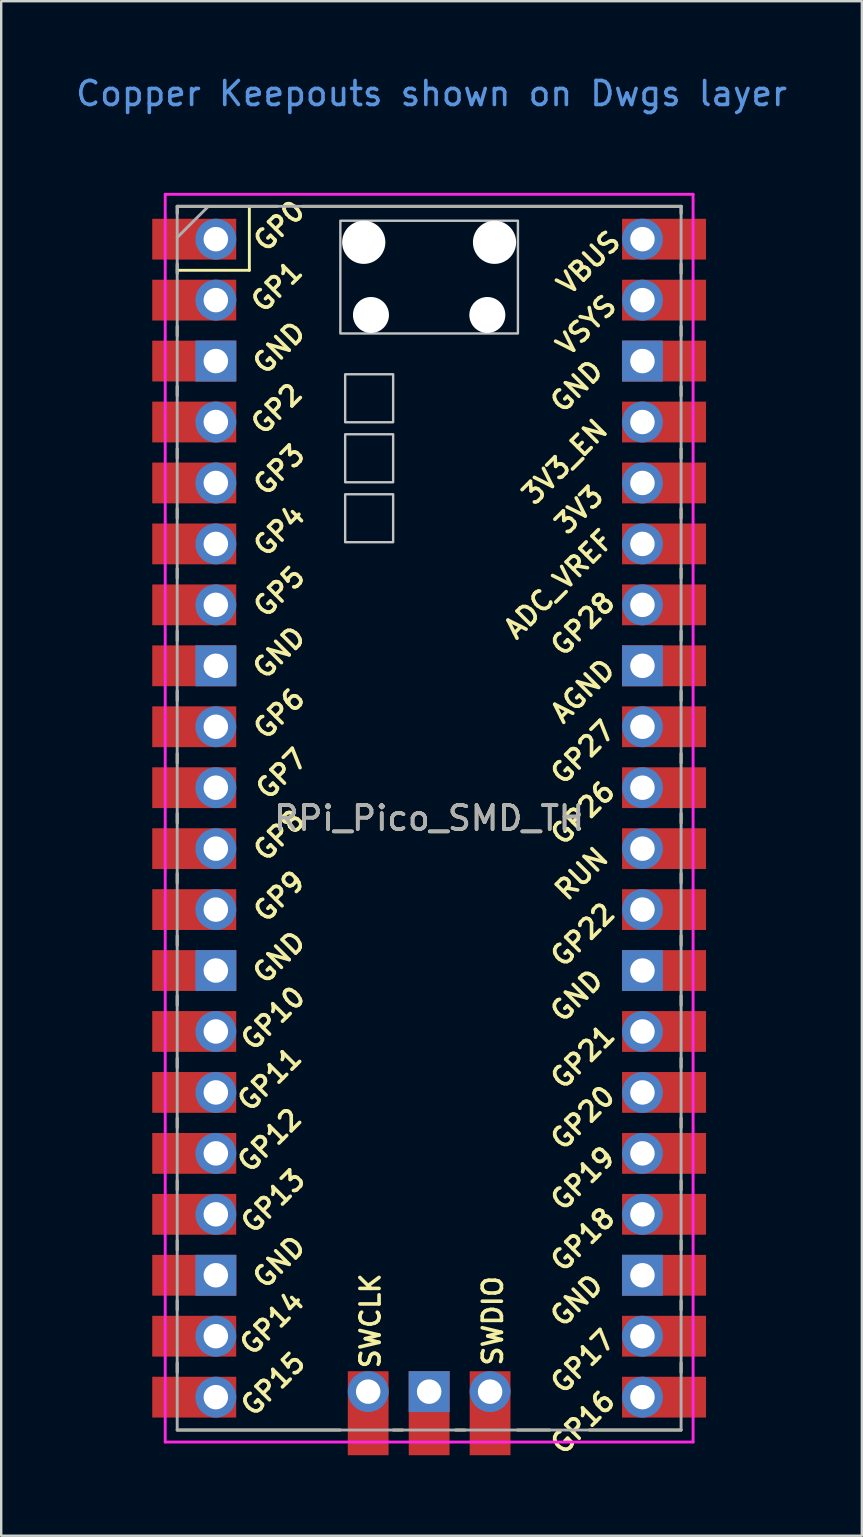
<source format=kicad_pcb>
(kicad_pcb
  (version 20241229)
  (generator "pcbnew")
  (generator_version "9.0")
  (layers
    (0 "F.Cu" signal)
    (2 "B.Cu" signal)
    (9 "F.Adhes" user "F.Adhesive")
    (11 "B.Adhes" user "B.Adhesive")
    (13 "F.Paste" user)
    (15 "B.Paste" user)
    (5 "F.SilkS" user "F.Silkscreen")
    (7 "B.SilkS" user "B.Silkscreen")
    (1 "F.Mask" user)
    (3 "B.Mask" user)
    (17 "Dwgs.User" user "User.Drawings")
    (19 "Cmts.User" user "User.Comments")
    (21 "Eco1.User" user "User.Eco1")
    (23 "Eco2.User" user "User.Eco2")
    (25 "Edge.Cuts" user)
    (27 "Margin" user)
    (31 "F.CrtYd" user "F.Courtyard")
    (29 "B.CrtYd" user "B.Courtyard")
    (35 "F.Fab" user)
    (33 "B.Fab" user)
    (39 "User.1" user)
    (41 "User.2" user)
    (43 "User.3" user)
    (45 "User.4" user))
  (footprint "RPi_Pico_SMD_TH"
    (layer "F.Cu")
    (at 14.835 31.048)
    (property "Reference" "RPi_Pico_SMD_TH" (at 0 0 0) (layer "F.SilkS") (effects (font (size 1 1) (thickness 0.15))))
    (attr through_hole)
    (fp_line (start -10.5 -25.5) (end -10.5 -25.2) (stroke (width 0.12) (type solid)) (layer "F.SilkS"))
    (fp_line (start -10.5 -25.5) (end -6.325 -25.5) (stroke (width 0.12) (type solid)) (layer "F.SilkS"))
    (fp_line (start -10.5 -23.1) (end -10.5 -22.7) (stroke (width 0.12) (type solid)) (layer "F.SilkS"))
    (fp_line (start -10.5 -22.833) (end -7.493 -22.833) (stroke (width 0.12) (type solid)) (layer "F.SilkS"))
    (fp_line (start -10.5 -20.5) (end -10.5 -20.1) (stroke (width 0.12) (type solid)) (layer "F.SilkS"))
    (fp_line (start -10.5 -18) (end -10.5 -17.6) (stroke (width 0.12) (type solid)) (layer "F.SilkS"))
    (fp_line (start -10.5 -15.4) (end -10.5 -15) (stroke (width 0.12) (type solid)) (layer "F.SilkS"))
    (fp_line (start -10.5 -12.9) (end -10.5 -12.5) (stroke (width 0.12) (type solid)) (layer "F.SilkS"))
    (fp_line (start -10.5 -10.4) (end -10.5 -10) (stroke (width 0.12) (type solid)) (layer "F.SilkS"))
    (fp_line (start -10.5 -7.8) (end -10.5 -7.4) (stroke (width 0.12) (type solid)) (layer "F.SilkS"))
    (fp_line (start -10.5 -5.3) (end -10.5 -4.9) (stroke (width 0.12) (type solid)) (layer "F.SilkS"))
    (fp_line (start -10.5 -2.7) (end -10.5 -2.3) (stroke (width 0.12) (type solid)) (layer "F.SilkS"))
    (fp_line (start -10.5 -0.2) (end -10.5 0.2) (stroke (width 0.12) (type solid)) (layer "F.SilkS"))
    (fp_line (start -10.5 2.3) (end -10.5 2.7) (stroke (width 0.12) (type solid)) (layer "F.SilkS"))
    (fp_line (start -10.5 4.9) (end -10.5 5.3) (stroke (width 0.12) (type solid)) (layer "F.SilkS"))
    (fp_line (start -10.5 7.4) (end -10.5 7.8) (stroke (width 0.12) (type solid)) (layer "F.SilkS"))
    (fp_line (start -10.5 10) (end -10.5 10.4) (stroke (width 0.12) (type solid)) (layer "F.SilkS"))
    (fp_line (start -10.5 12.5) (end -10.5 12.9) (stroke (width 0.12) (type solid)) (layer "F.SilkS"))
    (fp_line (start -10.5 15.1) (end -10.5 15.5) (stroke (width 0.12) (type solid)) (layer "F.SilkS"))
    (fp_line (start -10.5 17.6) (end -10.5 18) (stroke (width 0.12) (type solid)) (layer "F.SilkS"))
    (fp_line (start -10.5 20.1) (end -10.5 20.5) (stroke (width 0.12) (type solid)) (layer "F.SilkS"))
    (fp_line (start -10.5 22.7) (end -10.5 23.1) (stroke (width 0.12) (type solid)) (layer "F.SilkS"))
    (fp_line (start -7.493 -22.833) (end -7.493 -25.5) (stroke (width 0.12) (type solid)) (layer "F.SilkS"))
    (fp_line (start -5.275 -25.5) (end 10.5 -25.5) (stroke (width 0.12) (type solid)) (layer "F.SilkS"))
    (fp_line (start -3.7 25.5) (end -10.5 25.5) (stroke (width 0.12) (type solid)) (layer "F.SilkS"))
    (fp_line (start -1.5 25.5) (end -1.1 25.5) (stroke (width 0.12) (type solid)) (layer "F.SilkS"))
    (fp_line (start 1.1 25.5) (end 1.5 25.5) (stroke (width 0.12) (type solid)) (layer "F.SilkS"))
    (fp_line (start 5.025 25.5) (end 3.675 25.5) (stroke (width 0.12) (type solid)) (layer "F.SilkS"))
    (fp_line (start 10.5 -25.5) (end 10.5 -25.2) (stroke (width 0.12) (type solid)) (layer "F.SilkS"))
    (fp_line (start 10.5 -23.1) (end 10.5 -22.7) (stroke (width 0.12) (type solid)) (layer "F.SilkS"))
    (fp_line (start 10.5 -20.5) (end 10.5 -20.1) (stroke (width 0.12) (type solid)) (layer "F.SilkS"))
    (fp_line (start 10.5 -18) (end 10.5 -17.6) (stroke (width 0.12) (type solid)) (layer "F.SilkS"))
    (fp_line (start 10.5 -15.4) (end 10.5 -15) (stroke (width 0.12) (type solid)) (layer "F.SilkS"))
    (fp_line (start 10.5 -12.9) (end 10.5 -12.5) (stroke (width 0.12) (type solid)) (layer "F.SilkS"))
    (fp_line (start 10.5 -10.4) (end 10.5 -10) (stroke (width 0.12) (type solid)) (layer "F.SilkS"))
    (fp_line (start 10.5 -7.8) (end 10.5 -7.4) (stroke (width 0.12) (type solid)) (layer "F.SilkS"))
    (fp_line (start 10.5 -5.3) (end 10.5 -4.9) (stroke (width 0.12) (type solid)) (layer "F.SilkS"))
    (fp_line (start 10.5 -2.7) (end 10.5 -2.3) (stroke (width 0.12) (type solid)) (layer "F.SilkS"))
    (fp_line (start 10.5 -0.2) (end 10.5 0.2) (stroke (width 0.12) (type solid)) (layer "F.SilkS"))
    (fp_line (start 10.5 2.3) (end 10.5 2.7) (stroke (width 0.12) (type solid)) (layer "F.SilkS"))
    (fp_line (start 10.5 4.9) (end 10.5 5.3) (stroke (width 0.12) (type solid)) (layer "F.SilkS"))
    (fp_line (start 10.5 7.4) (end 10.5 7.8) (stroke (width 0.12) (type solid)) (layer "F.SilkS"))
    (fp_line (start 10.5 10) (end 10.5 10.4) (stroke (width 0.12) (type solid)) (layer "F.SilkS"))
    (fp_line (start 10.5 12.5) (end 10.5 12.9) (stroke (width 0.12) (type solid)) (layer "F.SilkS"))
    (fp_line (start 10.5 15.1) (end 10.5 15.5) (stroke (width 0.12) (type solid)) (layer "F.SilkS"))
    (fp_line (start 10.5 17.6) (end 10.5 18) (stroke (width 0.12) (type solid)) (layer "F.SilkS"))
    (fp_line (start 10.5 20.1) (end 10.5 20.5) (stroke (width 0.12) (type solid)) (layer "F.SilkS"))
    (fp_line (start 10.5 22.7) (end 10.5 23.1) (stroke (width 0.12) (type solid)) (layer "F.SilkS"))
    (fp_line (start 10.5 25.5) (end 6.675 25.5) (stroke (width 0.12) (type solid)) (layer "F.SilkS"))
    (fp_poly (pts (xy -1.5 -16.5) (xy -3.5 -16.5) (xy -3.5 -18.5) (xy -1.5 -18.5)) (stroke (width 0.1) (type solid)) (fill no) (layer "Dwgs.User"))
    (fp_poly (pts (xy -1.5 -14) (xy -3.5 -14) (xy -3.5 -16) (xy -1.5 -16)) (stroke (width 0.1) (type solid)) (fill no) (layer "Dwgs.User"))
    (fp_poly (pts (xy -1.5 -11.5) (xy -3.5 -11.5) (xy -3.5 -13.5) (xy -1.5 -13.5)) (stroke (width 0.1) (type solid)) (fill no) (layer "Dwgs.User"))
    (fp_poly (pts (xy 3.7 -20.2) (xy -3.7 -20.2) (xy -3.7 -24.9) (xy 3.7 -24.9)) (stroke (width 0.1) (type solid)) (fill no) (layer "Dwgs.User"))
    (fp_line (start -11 -26) (end 11 -26) (stroke (width 0.12) (type solid)) (layer "F.CrtYd"))
    (fp_line (start -11 26) (end -11 -26) (stroke (width 0.12) (type solid)) (layer "F.CrtYd"))
    (fp_line (start 11 -26) (end 11 26) (stroke (width 0.12) (type solid)) (layer "F.CrtYd"))
    (fp_line (start 11 26) (end -11 26) (stroke (width 0.12) (type solid)) (layer "F.CrtYd"))
    (fp_line (start -10.5 -25.5) (end 10.5 -25.5) (stroke (width 0.12) (type solid)) (layer "F.Fab"))
    (fp_line (start -10.5 -24.2) (end -9.2 -25.5) (stroke (width 0.12) (type solid)) (layer "F.Fab"))
    (fp_line (start -10.5 25.5) (end -10.5 -25.5) (stroke (width 0.12) (type solid)) (layer "F.Fab"))
    (fp_line (start 10.5 -25.5) (end 10.5 25.5) (stroke (width 0.12) (type solid)) (layer "F.Fab"))
    (fp_line (start 10.5 25.5) (end -10.5 25.5) (stroke (width 0.12) (type solid)) (layer "F.Fab"))
    (fp_text user "RUN" (at 6.35 2.32 45) (layer "F.SilkS") (effects (font (size 0.8 0.8) (thickness 0.15))))
    (fp_text user "GP5" (at -6.25 -9.44 45) (layer "F.SilkS") (effects (font (size 0.8 0.8) (thickness 0.15))))
    (fp_text user "SWCLK" (at -2.45 20.95 90) (layer "F.SilkS") (effects (font (size 0.8 0.8) (thickness 0.15))))
    (fp_text user "GND" (at 6.15 -18 45) (layer "F.SilkS") (effects (font (size 0.8 0.8) (thickness 0.15))))
    (fp_text user "GND" (at 6.15 20.1 45) (layer "F.SilkS") (effects (font (size 0.8 0.8) (thickness 0.15))))
    (fp_text user "GND" (at 6.15 7.4 45) (layer "F.SilkS") (effects (font (size 0.8 0.8) (thickness 0.15))))
    (fp_text user "GP21" (at 6.404 9.95 45) (layer "F.SilkS") (effects (font (size 0.8 0.8) (thickness 0.15))))
    (fp_text user "GP19" (at 6.404 15.02 45) (layer "F.SilkS") (effects (font (size 0.8 0.8) (thickness 0.15))))
    (fp_text user "3V3_EN" (at 5.65 -14.85 45) (layer "F.SilkS") (effects (font (size 0.8 0.8) (thickness 0.15))))
    (fp_text user "GP2" (at -6.35 -17.06 45) (layer "F.SilkS") (effects (font (size 0.8 0.8) (thickness 0.15))))
    (fp_text user "GP15" (at -6.504 23.58 45) (layer "F.SilkS") (effects (font (size 0.8 0.8) (thickness 0.15))))
    (fp_text user "GP4" (at -6.25 -11.98 45) (layer "F.SilkS") (effects (font (size 0.8 0.8) (thickness 0.15))))
    (fp_text user "SWDIO" (at 2.65 20.95 90) (layer "F.SilkS") (effects (font (size 0.8 0.8) (thickness 0.15))))
    (fp_text user "GP11" (at -6.65 10.88 45) (layer "F.SilkS") (effects (font (size 0.8 0.8) (thickness 0.15))))
    (fp_text user "GP6" (at -6.25 -4.36 45) (layer "F.SilkS") (effects (font (size 0.8 0.8) (thickness 0.15))))
    (fp_text user "VBUS" (at 6.65 -23.15 45) (layer "F.SilkS") (effects (font (size 0.8 0.8) (thickness 0.15))))
    (fp_text user "GP9" (at -6.25 3.26 45) (layer "F.SilkS") (effects (font (size 0.8 0.8) (thickness 0.15))))
    (fp_text user "VSYS" (at 6.55 -20.54 45) (layer "F.SilkS") (effects (font (size 0.8 0.8) (thickness 0.15))))
    (fp_text user "GND" (at -6.25 5.8 45) (layer "F.SilkS") (effects (font (size 0.8 0.8) (thickness 0.15))))
    (fp_text user "GP16" (at 6.404 25.18 45) (layer "F.SilkS") (effects (font (size 0.8 0.8) (thickness 0.15))))
    (fp_text user "GND" (at -6.25 -6.9 45) (layer "F.SilkS") (effects (font (size 0.8 0.8) (thickness 0.15))))
    (fp_text user "GP13" (at -6.504 15.96 45) (layer "F.SilkS") (effects (font (size 0.8 0.8) (thickness 0.15))))
    (fp_text user "GP28" (at 6.404 -8.094 45) (layer "F.SilkS") (effects (font (size 0.8 0.8) (thickness 0.15))))
    (fp_text user "GND" (at -6.25 -19.6 45) (layer "F.SilkS") (effects (font (size 0.8 0.8) (thickness 0.15))))
    (fp_text user "GP22" (at 6.404 4.86 45) (layer "F.SilkS") (effects (font (size 0.8 0.8) (thickness 0.15))))
    (fp_text user "GP27" (at 6.404 -2.75 45) (layer "F.SilkS") (effects (font (size 0.8 0.8) (thickness 0.15))))
    (fp_text user "GP8" (at -6.25 0.72 45) (layer "F.SilkS") (effects (font (size 0.8 0.8) (thickness 0.15))))
    (fp_text user "GP3" (at -6.25 -14.52 45) (layer "F.SilkS") (effects (font (size 0.8 0.8) (thickness 0.15))))
    (fp_text user "GP1" (at -6.35 -22.15 45) (layer "F.SilkS") (effects (font (size 0.8 0.8) (thickness 0.15))))
    (fp_text user "GP18" (at 6.404 17.56 45) (layer "F.SilkS") (effects (font (size 0.8 0.8) (thickness 0.15))))
    (fp_text user "GP10" (at -6.504 8.34 45) (layer "F.SilkS") (effects (font (size 0.8 0.8) (thickness 0.15))))
    (fp_text user "GND" (at -6.25 18.5 45) (layer "F.SilkS") (effects (font (size 0.8 0.8) (thickness 0.15))))
    (fp_text user "3V3" (at 6.25 -12.85 45) (layer "F.SilkS") (effects (font (size 0.8 0.8) (thickness 0.15))))
    (fp_text user "AGND" (at 6.404 -5.3 45) (layer "F.SilkS") (effects (font (size 0.8 0.8) (thickness 0.15))))
    (fp_text user "GP20" (at 6.404 12.48 45) (layer "F.SilkS") (effects (font (size 0.8 0.8) (thickness 0.15))))
    (fp_text user "GP7" (at -6.15 -1.85 45) (layer "F.SilkS") (effects (font (size 0.8 0.8) (thickness 0.15))))
    (fp_text user "GP17" (at 6.404 22.64 45) (layer "F.SilkS") (effects (font (size 0.8 0.8) (thickness 0.15))))
    (fp_text user "GP0" (at -6.25 -24.68 45) (layer "F.SilkS") (effects (font (size 0.8 0.8) (thickness 0.15))))
    (fp_text user "GP14" (at -6.55 21.04 45) (layer "F.SilkS") (effects (font (size 0.8 0.8) (thickness 0.15))))
    (fp_text user "ADC_VREF" (at 5.4 -9.75 45) (layer "F.SilkS") (effects (font (size 0.8 0.8) (thickness 0.15))))
    (fp_text user "GP26" (at 6.404 -0.22 45) (layer "F.SilkS") (effects (font (size 0.8 0.8) (thickness 0.15))))
    (fp_text user "GP12" (at -6.65 13.42 45) (layer "F.SilkS") (effects (font (size 0.8 0.8) (thickness 0.15))))
    (fp_text user "Copper Keepouts shown on Dwgs layer" (at 0.1 -30.2 0) (layer "Cmts.User") (effects (font (size 1 1) (thickness 0.15))))
    (fp_text user "${REFERENCE}" (at 0 0 180) (layer "F.Fab") (effects (font (size 1 1) (thickness 0.15))))
    (pad "" np_thru_hole oval (at -2.725 -24) (size 1.8 1.8) (drill 1.8) (layers "*.Cu" "*.Mask"))
    (pad "" np_thru_hole oval (at -2.425 -20.97) (size 1.5 1.5) (drill 1.5) (layers "*.Cu" "*.Mask"))
    (pad "" np_thru_hole oval (at 2.425 -20.97) (size 1.5 1.5) (drill 1.5) (layers "*.Cu" "*.Mask"))
    (pad "" np_thru_hole oval (at 2.725 -24) (size 1.8 1.8) (drill 1.8) (layers "*.Cu" "*.Mask"))
    (pad "1" thru_hole oval (at -8.89 -24.13) (size 1.7 1.7) (drill 1.02) (layers "*.Cu" "*.Mask"))
    (pad "1" smd rect (at -8.89 -24.13) (size 3.5 1.7) (drill (offset -0.9 0)) (layers "F.Cu" "F.Mask"))
    (pad "2" thru_hole oval (at -8.89 -21.59) (size 1.7 1.7) (drill 1.02) (layers "*.Cu" "*.Mask"))
    (pad "2" smd rect (at -8.89 -21.59) (size 3.5 1.7) (drill (offset -0.9 0)) (layers "F.Cu" "F.Mask"))
    (pad "3" thru_hole rect (at -8.89 -19.05) (size 1.7 1.7) (drill 1.02) (layers "*.Cu" "*.Mask"))
    (pad "3" smd rect (at -8.89 -19.05) (size 3.5 1.7) (drill (offset -0.9 0)) (layers "F.Cu" "F.Mask"))
    (pad "4" thru_hole oval (at -8.89 -16.51) (size 1.7 1.7) (drill 1.02) (layers "*.Cu" "*.Mask"))
    (pad "4" smd rect (at -8.89 -16.51) (size 3.5 1.7) (drill (offset -0.9 0)) (layers "F.Cu" "F.Mask"))
    (pad "5" thru_hole oval (at -8.89 -13.97) (size 1.7 1.7) (drill 1.02) (layers "*.Cu" "*.Mask"))
    (pad "5" smd rect (at -8.89 -13.97) (size 3.5 1.7) (drill (offset -0.9 0)) (layers "F.Cu" "F.Mask"))
    (pad "6" thru_hole oval (at -8.89 -11.43) (size 1.7 1.7) (drill 1.02) (layers "*.Cu" "*.Mask"))
    (pad "6" smd rect (at -8.89 -11.43) (size 3.5 1.7) (drill (offset -0.9 0)) (layers "F.Cu" "F.Mask"))
    (pad "7" thru_hole oval (at -8.89 -8.89) (size 1.7 1.7) (drill 1.02) (layers "*.Cu" "*.Mask"))
    (pad "7" smd rect (at -8.89 -8.89) (size 3.5 1.7) (drill (offset -0.9 0)) (layers "F.Cu" "F.Mask"))
    (pad "8" thru_hole rect (at -8.89 -6.35) (size 1.7 1.7) (drill 1.02) (layers "*.Cu" "*.Mask"))
    (pad "8" smd rect (at -8.89 -6.35) (size 3.5 1.7) (drill (offset -0.9 0)) (layers "F.Cu" "F.Mask"))
    (pad "9" thru_hole oval (at -8.89 -3.81) (size 1.7 1.7) (drill 1.02) (layers "*.Cu" "*.Mask"))
    (pad "9" smd rect (at -8.89 -3.81) (size 3.5 1.7) (drill (offset -0.9 0)) (layers "F.Cu" "F.Mask"))
    (pad "10" thru_hole oval (at -8.89 -1.27) (size 1.7 1.7) (drill 1.02) (layers "*.Cu" "*.Mask"))
    (pad "10" smd rect (at -8.89 -1.27) (size 3.5 1.7) (drill (offset -0.9 0)) (layers "F.Cu" "F.Mask"))
    (pad "11" thru_hole oval (at -8.89 1.27) (size 1.7 1.7) (drill 1.02) (layers "*.Cu" "*.Mask"))
    (pad "11" smd rect (at -8.89 1.27) (size 3.5 1.7) (drill (offset -0.9 0)) (layers "F.Cu" "F.Mask"))
    (pad "12" thru_hole oval (at -8.89 3.81) (size 1.7 1.7) (drill 1.02) (layers "*.Cu" "*.Mask"))
    (pad "12" smd rect (at -8.89 3.81) (size 3.5 1.7) (drill (offset -0.9 0)) (layers "F.Cu" "F.Mask"))
    (pad "13" thru_hole rect (at -8.89 6.35) (size 1.7 1.7) (drill 1.02) (layers "*.Cu" "*.Mask"))
    (pad "13" smd rect (at -8.89 6.35) (size 3.5 1.7) (drill (offset -0.9 0)) (layers "F.Cu" "F.Mask"))
    (pad "14" thru_hole oval (at -8.89 8.89) (size 1.7 1.7) (drill 1.02) (layers "*.Cu" "*.Mask"))
    (pad "14" smd rect (at -8.89 8.89) (size 3.5 1.7) (drill (offset -0.9 0)) (layers "F.Cu" "F.Mask"))
    (pad "15" thru_hole oval (at -8.89 11.43) (size 1.7 1.7) (drill 1.02) (layers "*.Cu" "*.Mask"))
    (pad "15" smd rect (at -8.89 11.43) (size 3.5 1.7) (drill (offset -0.9 0)) (layers "F.Cu" "F.Mask"))
    (pad "16" thru_hole oval (at -8.89 13.97) (size 1.7 1.7) (drill 1.02) (layers "*.Cu" "*.Mask"))
    (pad "16" smd rect (at -8.89 13.97) (size 3.5 1.7) (drill (offset -0.9 0)) (layers "F.Cu" "F.Mask"))
    (pad "17" thru_hole oval (at -8.89 16.51) (size 1.7 1.7) (drill 1.02) (layers "*.Cu" "*.Mask"))
    (pad "17" smd rect (at -8.89 16.51) (size 3.5 1.7) (drill (offset -0.9 0)) (layers "F.Cu" "F.Mask"))
    (pad "18" thru_hole rect (at -8.89 19.05) (size 1.7 1.7) (drill 1.02) (layers "*.Cu" "*.Mask"))
    (pad "18" smd rect (at -8.89 19.05) (size 3.5 1.7) (drill (offset -0.9 0)) (layers "F.Cu" "F.Mask"))
    (pad "19" thru_hole oval (at -8.89 21.59) (size 1.7 1.7) (drill 1.02) (layers "*.Cu" "*.Mask"))
    (pad "19" smd rect (at -8.89 21.59) (size 3.5 1.7) (drill (offset -0.9 0)) (layers "F.Cu" "F.Mask"))
    (pad "20" thru_hole oval (at -8.89 24.13) (size 1.7 1.7) (drill 1.02) (layers "*.Cu" "*.Mask"))
    (pad "20" smd rect (at -8.89 24.13) (size 3.5 1.7) (drill (offset -0.9 0)) (layers "F.Cu" "F.Mask"))
    (pad "21" thru_hole oval (at 8.89 24.13) (size 1.7 1.7) (drill 1.02) (layers "*.Cu" "*.Mask"))
    (pad "21" smd rect (at 8.89 24.13) (size 3.5 1.7) (drill (offset 0.9 0)) (layers "F.Cu" "F.Mask"))
    (pad "22" thru_hole oval (at 8.89 21.59) (size 1.7 1.7) (drill 1.02) (layers "*.Cu" "*.Mask"))
    (pad "22" smd rect (at 8.89 21.59) (size 3.5 1.7) (drill (offset 0.9 0)) (layers "F.Cu" "F.Mask"))
    (pad "23" thru_hole rect (at 8.89 19.05) (size 1.7 1.7) (drill 1.02) (layers "*.Cu" "*.Mask"))
    (pad "23" smd rect (at 8.89 19.05) (size 3.5 1.7) (drill (offset 0.9 0)) (layers "F.Cu" "F.Mask"))
    (pad "24" thru_hole oval (at 8.89 16.51) (size 1.7 1.7) (drill 1.02) (layers "*.Cu" "*.Mask"))
    (pad "24" smd rect (at 8.89 16.51) (size 3.5 1.7) (drill (offset 0.9 0)) (layers "F.Cu" "F.Mask"))
    (pad "25" thru_hole oval (at 8.89 13.97) (size 1.7 1.7) (drill 1.02) (layers "*.Cu" "*.Mask"))
    (pad "25" smd rect (at 8.89 13.97) (size 3.5 1.7) (drill (offset 0.9 0)) (layers "F.Cu" "F.Mask"))
    (pad "26" thru_hole oval (at 8.89 11.43) (size 1.7 1.7) (drill 1.02) (layers "*.Cu" "*.Mask"))
    (pad "26" smd rect (at 8.89 11.43) (size 3.5 1.7) (drill (offset 0.9 0)) (layers "F.Cu" "F.Mask"))
    (pad "27" thru_hole oval (at 8.89 8.89) (size 1.7 1.7) (drill 1.02) (layers "*.Cu" "*.Mask"))
    (pad "27" smd rect (at 8.89 8.89) (size 3.5 1.7) (drill (offset 0.9 0)) (layers "F.Cu" "F.Mask"))
    (pad "28" thru_hole rect (at 8.89 6.35) (size 1.7 1.7) (drill 1.02) (layers "*.Cu" "*.Mask"))
    (pad "28" smd rect (at 8.89 6.35) (size 3.5 1.7) (drill (offset 0.9 0)) (layers "F.Cu" "F.Mask"))
    (pad "29" thru_hole oval (at 8.89 3.81) (size 1.7 1.7) (drill 1.02) (layers "*.Cu" "*.Mask"))
    (pad "29" smd rect (at 8.89 3.81) (size 3.5 1.7) (drill (offset 0.9 0)) (layers "F.Cu" "F.Mask"))
    (pad "30" thru_hole oval (at 8.89 1.27) (size 1.7 1.7) (drill 1.02) (layers "*.Cu" "*.Mask"))
    (pad "30" smd rect (at 8.89 1.27) (size 3.5 1.7) (drill (offset 0.9 0)) (layers "F.Cu" "F.Mask"))
    (pad "31" thru_hole oval (at 8.89 -1.27) (size 1.7 1.7) (drill 1.02) (layers "*.Cu" "*.Mask"))
    (pad "31" smd rect (at 8.89 -1.27) (size 3.5 1.7) (drill (offset 0.9 0)) (layers "F.Cu" "F.Mask"))
    (pad "32" thru_hole oval (at 8.89 -3.81) (size 1.7 1.7) (drill 1.02) (layers "*.Cu" "*.Mask"))
    (pad "32" smd rect (at 8.89 -3.81) (size 3.5 1.7) (drill (offset 0.9 0)) (layers "F.Cu" "F.Mask"))
    (pad "33" thru_hole rect (at 8.89 -6.35) (size 1.7 1.7) (drill 1.02) (layers "*.Cu" "*.Mask"))
    (pad "33" smd rect (at 8.89 -6.35) (size 3.5 1.7) (drill (offset 0.9 0)) (layers "F.Cu" "F.Mask"))
    (pad "34" thru_hole oval (at 8.89 -8.89) (size 1.7 1.7) (drill 1.02) (layers "*.Cu" "*.Mask"))
    (pad "34" smd rect (at 8.89 -8.89) (size 3.5 1.7) (drill (offset 0.9 0)) (layers "F.Cu" "F.Mask"))
    (pad "35" thru_hole oval (at 8.89 -11.43) (size 1.7 1.7) (drill 1.02) (layers "*.Cu" "*.Mask"))
    (pad "35" smd rect (at 8.89 -11.43) (size 3.5 1.7) (drill (offset 0.9 0)) (layers "F.Cu" "F.Mask"))
    (pad "36" thru_hole oval (at 8.89 -13.97) (size 1.7 1.7) (drill 1.02) (layers "*.Cu" "*.Mask"))
    (pad "36" smd rect (at 8.89 -13.97) (size 3.5 1.7) (drill (offset 0.9 0)) (layers "F.Cu" "F.Mask"))
    (pad "37" thru_hole oval (at 8.89 -16.51) (size 1.7 1.7) (drill 1.02) (layers "*.Cu" "*.Mask"))
    (pad "37" smd rect (at 8.89 -16.51) (size 3.5 1.7) (drill (offset 0.9 0)) (layers "F.Cu" "F.Mask"))
    (pad "38" thru_hole rect (at 8.89 -19.05) (size 1.7 1.7) (drill 1.02) (layers "*.Cu" "*.Mask"))
    (pad "38" smd rect (at 8.89 -19.05) (size 3.5 1.7) (drill (offset 0.9 0)) (layers "F.Cu" "F.Mask"))
    (pad "39" thru_hole oval (at 8.89 -21.59) (size 1.7 1.7) (drill 1.02) (layers "*.Cu" "*.Mask"))
    (pad "39" smd rect (at 8.89 -21.59) (size 3.5 1.7) (drill (offset 0.9 0)) (layers "F.Cu" "F.Mask"))
    (pad "40" thru_hole oval (at 8.89 -24.13) (size 1.7 1.7) (drill 1.02) (layers "*.Cu" "*.Mask"))
    (pad "40" smd rect (at 8.89 -24.13) (size 3.5 1.7) (drill (offset 0.9 0)) (layers "F.Cu" "F.Mask"))
    (pad "41" thru_hole oval (at -2.54 23.9) (size 1.7 1.7) (drill 1.02) (layers "*.Cu" "*.Mask"))
    (pad "41" smd rect (at -2.54 23.9 90) (size 3.5 1.7) (drill (offset -0.9 0)) (layers "F.Cu" "F.Mask"))
    (pad "42" thru_hole rect (at 0 23.9) (size 1.7 1.7) (drill 1.02) (layers "*.Cu" "*.Mask"))
    (pad "42" smd rect (at 0 23.9 90) (size 3.5 1.7) (drill (offset -0.9 0)) (layers "F.Cu" "F.Mask"))
    (pad "43" thru_hole oval (at 2.54 23.9) (size 1.7 1.7) (drill 1.02) (layers "*.Cu" "*.Mask"))
    (pad "43" smd rect (at 2.54 23.9 90) (size 3.5 1.7) (drill (offset -0.9 0)) (layers "F.Cu" "F.Mask")))
  (gr_rect
    (start -3 -3)
    (end 32.869 60.952)
    (stroke (width 0.1) (type default))
    (fill no)
    (layer "Edge.Cuts")))
</source>
